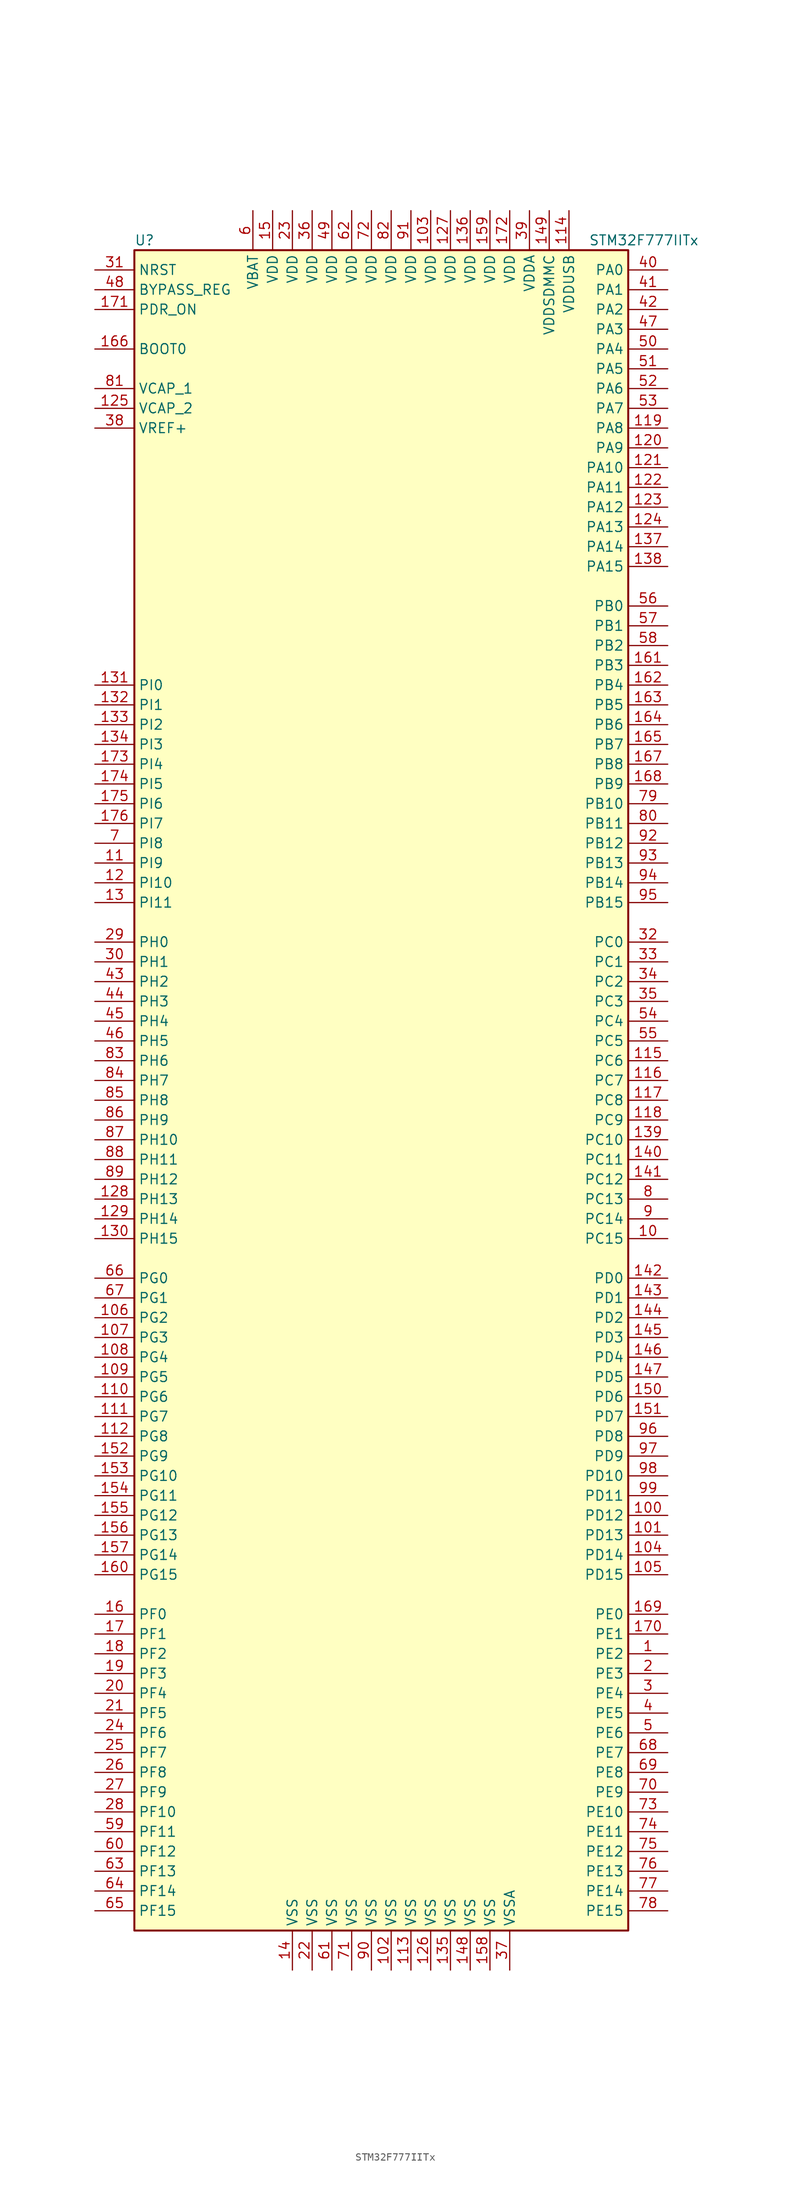
<source format=kicad_sym>
(kicad_symbol_lib
  (version 20220914)
  (generator kicad_symbol_editor)
  (symbol "STM32F777IITx"
    (property "Reference" "U"
      (at -33.02 107.95 0)
      (effects (font (size 1.27 1.27)) (justify left)))
    (property "Value" "STM32F777IITx"
      (at 25.4 107.95 0)
      (effects (font (size 1.27 1.27)) (justify left)))
    (symbol "STM32F777IITx_0_1"
      (rectangle (start -33.02 -109.22) (end 30.48 106.68) (stroke (width 0.254) (type default)) (fill (type background))))
    (symbol "STM32F777IITx_1_1"
      (pin bidirectional line (at 35.56 -73.66 180) (length 5.08) (name "PE2" (effects (font (size 1.27 1.27)))) (number "1" (effects (font (size 1.27 1.27)))))
      (pin bidirectional line (at 35.56 -20.32 180) (length 5.08) (name "PC15" (effects (font (size 1.27 1.27)))) (number "10" (effects (font (size 1.27 1.27)))))
      (pin bidirectional line (at 35.56 -55.88 180) (length 5.08) (name "PD12" (effects (font (size 1.27 1.27)))) (number "100" (effects (font (size 1.27 1.27)))))
      (pin bidirectional line (at 35.56 -58.42 180) (length 5.08) (name "PD13" (effects (font (size 1.27 1.27)))) (number "101" (effects (font (size 1.27 1.27)))))
      (pin power_in line (at 0 -114.3 90) (length 5.08) (name "VSS" (effects (font (size 1.27 1.27)))) (number "102" (effects (font (size 1.27 1.27)))))
      (pin power_in line (at 5.08 111.76 270) (length 5.08) (name "VDD" (effects (font (size 1.27 1.27)))) (number "103" (effects (font (size 1.27 1.27)))))
      (pin bidirectional line (at 35.56 -60.96 180) (length 5.08) (name "PD14" (effects (font (size 1.27 1.27)))) (number "104" (effects (font (size 1.27 1.27)))))
      (pin bidirectional line (at 35.56 -63.5 180) (length 5.08) (name "PD15" (effects (font (size 1.27 1.27)))) (number "105" (effects (font (size 1.27 1.27)))))
      (pin bidirectional line (at -38.1 -30.48 0) (length 5.08) (name "PG2" (effects (font (size 1.27 1.27)))) (number "106" (effects (font (size 1.27 1.27)))))
      (pin bidirectional line (at -38.1 -33.02 0) (length 5.08) (name "PG3" (effects (font (size 1.27 1.27)))) (number "107" (effects (font (size 1.27 1.27)))))
      (pin bidirectional line (at -38.1 -35.56 0) (length 5.08) (name "PG4" (effects (font (size 1.27 1.27)))) (number "108" (effects (font (size 1.27 1.27)))))
      (pin bidirectional line (at -38.1 -38.1 0) (length 5.08) (name "PG5" (effects (font (size 1.27 1.27)))) (number "109" (effects (font (size 1.27 1.27)))))
      (pin bidirectional line (at -38.1 27.94 0) (length 5.08) (name "PI9" (effects (font (size 1.27 1.27)))) (number "11" (effects (font (size 1.27 1.27)))))
      (pin bidirectional line (at -38.1 -40.64 0) (length 5.08) (name "PG6" (effects (font (size 1.27 1.27)))) (number "110" (effects (font (size 1.27 1.27)))))
      (pin bidirectional line (at -38.1 -43.18 0) (length 5.08) (name "PG7" (effects (font (size 1.27 1.27)))) (number "111" (effects (font (size 1.27 1.27)))))
      (pin bidirectional line (at -38.1 -45.72 0) (length 5.08) (name "PG8" (effects (font (size 1.27 1.27)))) (number "112" (effects (font (size 1.27 1.27)))))
      (pin power_in line (at 2.54 -114.3 90) (length 5.08) (name "VSS" (effects (font (size 1.27 1.27)))) (number "113" (effects (font (size 1.27 1.27)))))
      (pin power_in line (at 22.86 111.76 270) (length 5.08) (name "VDDUSB" (effects (font (size 1.27 1.27)))) (number "114" (effects (font (size 1.27 1.27)))))
      (pin bidirectional line (at 35.56 2.54 180) (length 5.08) (name "PC6" (effects (font (size 1.27 1.27)))) (number "115" (effects (font (size 1.27 1.27)))))
      (pin bidirectional line (at 35.56 0 180) (length 5.08) (name "PC7" (effects (font (size 1.27 1.27)))) (number "116" (effects (font (size 1.27 1.27)))))
      (pin bidirectional line (at 35.56 -2.54 180) (length 5.08) (name "PC8" (effects (font (size 1.27 1.27)))) (number "117" (effects (font (size 1.27 1.27)))))
      (pin bidirectional line (at 35.56 -5.08 180) (length 5.08) (name "PC9" (effects (font (size 1.27 1.27)))) (number "118" (effects (font (size 1.27 1.27)))))
      (pin bidirectional line (at 35.56 83.82 180) (length 5.08) (name "PA8" (effects (font (size 1.27 1.27)))) (number "119" (effects (font (size 1.27 1.27)))))
      (pin bidirectional line (at -38.1 25.4 0) (length 5.08) (name "PI10" (effects (font (size 1.27 1.27)))) (number "12" (effects (font (size 1.27 1.27)))))
      (pin bidirectional line (at 35.56 81.28 180) (length 5.08) (name "PA9" (effects (font (size 1.27 1.27)))) (number "120" (effects (font (size 1.27 1.27)))))
      (pin bidirectional line (at 35.56 78.74 180) (length 5.08) (name "PA10" (effects (font (size 1.27 1.27)))) (number "121" (effects (font (size 1.27 1.27)))))
      (pin bidirectional line (at 35.56 76.2 180) (length 5.08) (name "PA11" (effects (font (size 1.27 1.27)))) (number "122" (effects (font (size 1.27 1.27)))))
      (pin bidirectional line (at 35.56 73.66 180) (length 5.08) (name "PA12" (effects (font (size 1.27 1.27)))) (number "123" (effects (font (size 1.27 1.27)))))
      (pin bidirectional line (at 35.56 71.12 180) (length 5.08) (name "PA13" (effects (font (size 1.27 1.27)))) (number "124" (effects (font (size 1.27 1.27)))))
      (pin power_in line (at -38.1 86.36 0) (length 5.08) (name "VCAP_2" (effects (font (size 1.27 1.27)))) (number "125" (effects (font (size 1.27 1.27)))))
      (pin power_in line (at 5.08 -114.3 90) (length 5.08) (name "VSS" (effects (font (size 1.27 1.27)))) (number "126" (effects (font (size 1.27 1.27)))))
      (pin power_in line (at 7.62 111.76 270) (length 5.08) (name "VDD" (effects (font (size 1.27 1.27)))) (number "127" (effects (font (size 1.27 1.27)))))
      (pin bidirectional line (at -38.1 -15.24 0) (length 5.08) (name "PH13" (effects (font (size 1.27 1.27)))) (number "128" (effects (font (size 1.27 1.27)))))
      (pin bidirectional line (at -38.1 -17.78 0) (length 5.08) (name "PH14" (effects (font (size 1.27 1.27)))) (number "129" (effects (font (size 1.27 1.27)))))
      (pin bidirectional line (at -38.1 22.86 0) (length 5.08) (name "PI11" (effects (font (size 1.27 1.27)))) (number "13" (effects (font (size 1.27 1.27)))))
      (pin bidirectional line (at -38.1 -20.32 0) (length 5.08) (name "PH15" (effects (font (size 1.27 1.27)))) (number "130" (effects (font (size 1.27 1.27)))))
      (pin bidirectional line (at -38.1 50.8 0) (length 5.08) (name "PI0" (effects (font (size 1.27 1.27)))) (number "131" (effects (font (size 1.27 1.27)))))
      (pin bidirectional line (at -38.1 48.26 0) (length 5.08) (name "PI1" (effects (font (size 1.27 1.27)))) (number "132" (effects (font (size 1.27 1.27)))))
      (pin bidirectional line (at -38.1 45.72 0) (length 5.08) (name "PI2" (effects (font (size 1.27 1.27)))) (number "133" (effects (font (size 1.27 1.27)))))
      (pin bidirectional line (at -38.1 43.18 0) (length 5.08) (name "PI3" (effects (font (size 1.27 1.27)))) (number "134" (effects (font (size 1.27 1.27)))))
      (pin power_in line (at 7.62 -114.3 90) (length 5.08) (name "VSS" (effects (font (size 1.27 1.27)))) (number "135" (effects (font (size 1.27 1.27)))))
      (pin power_in line (at 10.16 111.76 270) (length 5.08) (name "VDD" (effects (font (size 1.27 1.27)))) (number "136" (effects (font (size 1.27 1.27)))))
      (pin bidirectional line (at 35.56 68.58 180) (length 5.08) (name "PA14" (effects (font (size 1.27 1.27)))) (number "137" (effects (font (size 1.27 1.27)))))
      (pin bidirectional line (at 35.56 66.04 180) (length 5.08) (name "PA15" (effects (font (size 1.27 1.27)))) (number "138" (effects (font (size 1.27 1.27)))))
      (pin bidirectional line (at 35.56 -7.62 180) (length 5.08) (name "PC10" (effects (font (size 1.27 1.27)))) (number "139" (effects (font (size 1.27 1.27)))))
      (pin power_in line (at -12.7 -114.3 90) (length 5.08) (name "VSS" (effects (font (size 1.27 1.27)))) (number "14" (effects (font (size 1.27 1.27)))))
      (pin bidirectional line (at 35.56 -10.16 180) (length 5.08) (name "PC11" (effects (font (size 1.27 1.27)))) (number "140" (effects (font (size 1.27 1.27)))))
      (pin bidirectional line (at 35.56 -12.7 180) (length 5.08) (name "PC12" (effects (font (size 1.27 1.27)))) (number "141" (effects (font (size 1.27 1.27)))))
      (pin bidirectional line (at 35.56 -25.4 180) (length 5.08) (name "PD0" (effects (font (size 1.27 1.27)))) (number "142" (effects (font (size 1.27 1.27)))))
      (pin bidirectional line (at 35.56 -27.94 180) (length 5.08) (name "PD1" (effects (font (size 1.27 1.27)))) (number "143" (effects (font (size 1.27 1.27)))))
      (pin bidirectional line (at 35.56 -30.48 180) (length 5.08) (name "PD2" (effects (font (size 1.27 1.27)))) (number "144" (effects (font (size 1.27 1.27)))))
      (pin bidirectional line (at 35.56 -33.02 180) (length 5.08) (name "PD3" (effects (font (size 1.27 1.27)))) (number "145" (effects (font (size 1.27 1.27)))))
      (pin bidirectional line (at 35.56 -35.56 180) (length 5.08) (name "PD4" (effects (font (size 1.27 1.27)))) (number "146" (effects (font (size 1.27 1.27)))))
      (pin bidirectional line (at 35.56 -38.1 180) (length 5.08) (name "PD5" (effects (font (size 1.27 1.27)))) (number "147" (effects (font (size 1.27 1.27)))))
      (pin power_in line (at 10.16 -114.3 90) (length 5.08) (name "VSS" (effects (font (size 1.27 1.27)))) (number "148" (effects (font (size 1.27 1.27)))))
      (pin power_in line (at 20.32 111.76 270) (length 5.08) (name "VDDSDMMC" (effects (font (size 1.27 1.27)))) (number "149" (effects (font (size 1.27 1.27)))))
      (pin power_in line (at -15.24 111.76 270) (length 5.08) (name "VDD" (effects (font (size 1.27 1.27)))) (number "15" (effects (font (size 1.27 1.27)))))
      (pin bidirectional line (at 35.56 -40.64 180) (length 5.08) (name "PD6" (effects (font (size 1.27 1.27)))) (number "150" (effects (font (size 1.27 1.27)))))
      (pin bidirectional line (at 35.56 -43.18 180) (length 5.08) (name "PD7" (effects (font (size 1.27 1.27)))) (number "151" (effects (font (size 1.27 1.27)))))
      (pin bidirectional line (at -38.1 -48.26 0) (length 5.08) (name "PG9" (effects (font (size 1.27 1.27)))) (number "152" (effects (font (size 1.27 1.27)))))
      (pin bidirectional line (at -38.1 -50.8 0) (length 5.08) (name "PG10" (effects (font (size 1.27 1.27)))) (number "153" (effects (font (size 1.27 1.27)))))
      (pin bidirectional line (at -38.1 -53.34 0) (length 5.08) (name "PG11" (effects (font (size 1.27 1.27)))) (number "154" (effects (font (size 1.27 1.27)))))
      (pin bidirectional line (at -38.1 -55.88 0) (length 5.08) (name "PG12" (effects (font (size 1.27 1.27)))) (number "155" (effects (font (size 1.27 1.27)))))
      (pin bidirectional line (at -38.1 -58.42 0) (length 5.08) (name "PG13" (effects (font (size 1.27 1.27)))) (number "156" (effects (font (size 1.27 1.27)))))
      (pin bidirectional line (at -38.1 -60.96 0) (length 5.08) (name "PG14" (effects (font (size 1.27 1.27)))) (number "157" (effects (font (size 1.27 1.27)))))
      (pin power_in line (at 12.7 -114.3 90) (length 5.08) (name "VSS" (effects (font (size 1.27 1.27)))) (number "158" (effects (font (size 1.27 1.27)))))
      (pin power_in line (at 12.7 111.76 270) (length 5.08) (name "VDD" (effects (font (size 1.27 1.27)))) (number "159" (effects (font (size 1.27 1.27)))))
      (pin bidirectional line (at -38.1 -68.58 0) (length 5.08) (name "PF0" (effects (font (size 1.27 1.27)))) (number "16" (effects (font (size 1.27 1.27)))))
      (pin bidirectional line (at -38.1 -63.5 0) (length 5.08) (name "PG15" (effects (font (size 1.27 1.27)))) (number "160" (effects (font (size 1.27 1.27)))))
      (pin bidirectional line (at 35.56 53.34 180) (length 5.08) (name "PB3" (effects (font (size 1.27 1.27)))) (number "161" (effects (font (size 1.27 1.27)))))
      (pin bidirectional line (at 35.56 50.8 180) (length 5.08) (name "PB4" (effects (font (size 1.27 1.27)))) (number "162" (effects (font (size 1.27 1.27)))))
      (pin bidirectional line (at 35.56 48.26 180) (length 5.08) (name "PB5" (effects (font (size 1.27 1.27)))) (number "163" (effects (font (size 1.27 1.27)))))
      (pin bidirectional line (at 35.56 45.72 180) (length 5.08) (name "PB6" (effects (font (size 1.27 1.27)))) (number "164" (effects (font (size 1.27 1.27)))))
      (pin bidirectional line (at 35.56 43.18 180) (length 5.08) (name "PB7" (effects (font (size 1.27 1.27)))) (number "165" (effects (font (size 1.27 1.27)))))
      (pin input line (at -38.1 93.98 0) (length 5.08) (name "BOOT0" (effects (font (size 1.27 1.27)))) (number "166" (effects (font (size 1.27 1.27)))))
      (pin bidirectional line (at 35.56 40.64 180) (length 5.08) (name "PB8" (effects (font (size 1.27 1.27)))) (number "167" (effects (font (size 1.27 1.27)))))
      (pin bidirectional line (at 35.56 38.1 180) (length 5.08) (name "PB9" (effects (font (size 1.27 1.27)))) (number "168" (effects (font (size 1.27 1.27)))))
      (pin bidirectional line (at 35.56 -68.58 180) (length 5.08) (name "PE0" (effects (font (size 1.27 1.27)))) (number "169" (effects (font (size 1.27 1.27)))))
      (pin bidirectional line (at -38.1 -71.12 0) (length 5.08) (name "PF1" (effects (font (size 1.27 1.27)))) (number "17" (effects (font (size 1.27 1.27)))))
      (pin bidirectional line (at 35.56 -71.12 180) (length 5.08) (name "PE1" (effects (font (size 1.27 1.27)))) (number "170" (effects (font (size 1.27 1.27)))))
      (pin input line (at -38.1 99.06 0) (length 5.08) (name "PDR_ON" (effects (font (size 1.27 1.27)))) (number "171" (effects (font (size 1.27 1.27)))))
      (pin power_in line (at 15.24 111.76 270) (length 5.08) (name "VDD" (effects (font (size 1.27 1.27)))) (number "172" (effects (font (size 1.27 1.27)))))
      (pin bidirectional line (at -38.1 40.64 0) (length 5.08) (name "PI4" (effects (font (size 1.27 1.27)))) (number "173" (effects (font (size 1.27 1.27)))))
      (pin bidirectional line (at -38.1 38.1 0) (length 5.08) (name "PI5" (effects (font (size 1.27 1.27)))) (number "174" (effects (font (size 1.27 1.27)))))
      (pin bidirectional line (at -38.1 35.56 0) (length 5.08) (name "PI6" (effects (font (size 1.27 1.27)))) (number "175" (effects (font (size 1.27 1.27)))))
      (pin bidirectional line (at -38.1 33.02 0) (length 5.08) (name "PI7" (effects (font (size 1.27 1.27)))) (number "176" (effects (font (size 1.27 1.27)))))
      (pin bidirectional line (at -38.1 -73.66 0) (length 5.08) (name "PF2" (effects (font (size 1.27 1.27)))) (number "18" (effects (font (size 1.27 1.27)))))
      (pin bidirectional line (at -38.1 -76.2 0) (length 5.08) (name "PF3" (effects (font (size 1.27 1.27)))) (number "19" (effects (font (size 1.27 1.27)))))
      (pin bidirectional line (at 35.56 -76.2 180) (length 5.08) (name "PE3" (effects (font (size 1.27 1.27)))) (number "2" (effects (font (size 1.27 1.27)))))
      (pin bidirectional line (at -38.1 -78.74 0) (length 5.08) (name "PF4" (effects (font (size 1.27 1.27)))) (number "20" (effects (font (size 1.27 1.27)))))
      (pin bidirectional line (at -38.1 -81.28 0) (length 5.08) (name "PF5" (effects (font (size 1.27 1.27)))) (number "21" (effects (font (size 1.27 1.27)))))
      (pin power_in line (at -10.16 -114.3 90) (length 5.08) (name "VSS" (effects (font (size 1.27 1.27)))) (number "22" (effects (font (size 1.27 1.27)))))
      (pin power_in line (at -12.7 111.76 270) (length 5.08) (name "VDD" (effects (font (size 1.27 1.27)))) (number "23" (effects (font (size 1.27 1.27)))))
      (pin bidirectional line (at -38.1 -83.82 0) (length 5.08) (name "PF6" (effects (font (size 1.27 1.27)))) (number "24" (effects (font (size 1.27 1.27)))))
      (pin bidirectional line (at -38.1 -86.36 0) (length 5.08) (name "PF7" (effects (font (size 1.27 1.27)))) (number "25" (effects (font (size 1.27 1.27)))))
      (pin bidirectional line (at -38.1 -88.9 0) (length 5.08) (name "PF8" (effects (font (size 1.27 1.27)))) (number "26" (effects (font (size 1.27 1.27)))))
      (pin bidirectional line (at -38.1 -91.44 0) (length 5.08) (name "PF9" (effects (font (size 1.27 1.27)))) (number "27" (effects (font (size 1.27 1.27)))))
      (pin bidirectional line (at -38.1 -93.98 0) (length 5.08) (name "PF10" (effects (font (size 1.27 1.27)))) (number "28" (effects (font (size 1.27 1.27)))))
      (pin input line (at -38.1 17.78 0) (length 5.08) (name "PH0" (effects (font (size 1.27 1.27)))) (number "29" (effects (font (size 1.27 1.27)))))
      (pin bidirectional line (at 35.56 -78.74 180) (length 5.08) (name "PE4" (effects (font (size 1.27 1.27)))) (number "3" (effects (font (size 1.27 1.27)))))
      (pin input line (at -38.1 15.24 0) (length 5.08) (name "PH1" (effects (font (size 1.27 1.27)))) (number "30" (effects (font (size 1.27 1.27)))))
      (pin input line (at -38.1 104.14 0) (length 5.08) (name "NRST" (effects (font (size 1.27 1.27)))) (number "31" (effects (font (size 1.27 1.27)))))
      (pin bidirectional line (at 35.56 17.78 180) (length 5.08) (name "PC0" (effects (font (size 1.27 1.27)))) (number "32" (effects (font (size 1.27 1.27)))))
      (pin bidirectional line (at 35.56 15.24 180) (length 5.08) (name "PC1" (effects (font (size 1.27 1.27)))) (number "33" (effects (font (size 1.27 1.27)))))
      (pin bidirectional line (at 35.56 12.7 180) (length 5.08) (name "PC2" (effects (font (size 1.27 1.27)))) (number "34" (effects (font (size 1.27 1.27)))))
      (pin bidirectional line (at 35.56 10.16 180) (length 5.08) (name "PC3" (effects (font (size 1.27 1.27)))) (number "35" (effects (font (size 1.27 1.27)))))
      (pin power_in line (at -10.16 111.76 270) (length 5.08) (name "VDD" (effects (font (size 1.27 1.27)))) (number "36" (effects (font (size 1.27 1.27)))))
      (pin power_in line (at 15.24 -114.3 90) (length 5.08) (name "VSSA" (effects (font (size 1.27 1.27)))) (number "37" (effects (font (size 1.27 1.27)))))
      (pin power_in line (at -38.1 83.82 0) (length 5.08) (name "VREF+" (effects (font (size 1.27 1.27)))) (number "38" (effects (font (size 1.27 1.27)))))
      (pin power_in line (at 17.78 111.76 270) (length 5.08) (name "VDDA" (effects (font (size 1.27 1.27)))) (number "39" (effects (font (size 1.27 1.27)))))
      (pin bidirectional line (at 35.56 -81.28 180) (length 5.08) (name "PE5" (effects (font (size 1.27 1.27)))) (number "4" (effects (font (size 1.27 1.27)))))
      (pin bidirectional line (at 35.56 104.14 180) (length 5.08) (name "PA0" (effects (font (size 1.27 1.27)))) (number "40" (effects (font (size 1.27 1.27)))))
      (pin bidirectional line (at 35.56 101.6 180) (length 5.08) (name "PA1" (effects (font (size 1.27 1.27)))) (number "41" (effects (font (size 1.27 1.27)))))
      (pin bidirectional line (at 35.56 99.06 180) (length 5.08) (name "PA2" (effects (font (size 1.27 1.27)))) (number "42" (effects (font (size 1.27 1.27)))))
      (pin bidirectional line (at -38.1 12.7 0) (length 5.08) (name "PH2" (effects (font (size 1.27 1.27)))) (number "43" (effects (font (size 1.27 1.27)))))
      (pin bidirectional line (at -38.1 10.16 0) (length 5.08) (name "PH3" (effects (font (size 1.27 1.27)))) (number "44" (effects (font (size 1.27 1.27)))))
      (pin bidirectional line (at -38.1 7.62 0) (length 5.08) (name "PH4" (effects (font (size 1.27 1.27)))) (number "45" (effects (font (size 1.27 1.27)))))
      (pin bidirectional line (at -38.1 5.08 0) (length 5.08) (name "PH5" (effects (font (size 1.27 1.27)))) (number "46" (effects (font (size 1.27 1.27)))))
      (pin bidirectional line (at 35.56 96.52 180) (length 5.08) (name "PA3" (effects (font (size 1.27 1.27)))) (number "47" (effects (font (size 1.27 1.27)))))
      (pin input line (at -38.1 101.6 0) (length 5.08) (name "BYPASS_REG" (effects (font (size 1.27 1.27)))) (number "48" (effects (font (size 1.27 1.27)))))
      (pin power_in line (at -7.62 111.76 270) (length 5.08) (name "VDD" (effects (font (size 1.27 1.27)))) (number "49" (effects (font (size 1.27 1.27)))))
      (pin bidirectional line (at 35.56 -83.82 180) (length 5.08) (name "PE6" (effects (font (size 1.27 1.27)))) (number "5" (effects (font (size 1.27 1.27)))))
      (pin bidirectional line (at 35.56 93.98 180) (length 5.08) (name "PA4" (effects (font (size 1.27 1.27)))) (number "50" (effects (font (size 1.27 1.27)))))
      (pin bidirectional line (at 35.56 91.44 180) (length 5.08) (name "PA5" (effects (font (size 1.27 1.27)))) (number "51" (effects (font (size 1.27 1.27)))))
      (pin bidirectional line (at 35.56 88.9 180) (length 5.08) (name "PA6" (effects (font (size 1.27 1.27)))) (number "52" (effects (font (size 1.27 1.27)))))
      (pin bidirectional line (at 35.56 86.36 180) (length 5.08) (name "PA7" (effects (font (size 1.27 1.27)))) (number "53" (effects (font (size 1.27 1.27)))))
      (pin bidirectional line (at 35.56 7.62 180) (length 5.08) (name "PC4" (effects (font (size 1.27 1.27)))) (number "54" (effects (font (size 1.27 1.27)))))
      (pin bidirectional line (at 35.56 5.08 180) (length 5.08) (name "PC5" (effects (font (size 1.27 1.27)))) (number "55" (effects (font (size 1.27 1.27)))))
      (pin bidirectional line (at 35.56 60.96 180) (length 5.08) (name "PB0" (effects (font (size 1.27 1.27)))) (number "56" (effects (font (size 1.27 1.27)))))
      (pin bidirectional line (at 35.56 58.42 180) (length 5.08) (name "PB1" (effects (font (size 1.27 1.27)))) (number "57" (effects (font (size 1.27 1.27)))))
      (pin bidirectional line (at 35.56 55.88 180) (length 5.08) (name "PB2" (effects (font (size 1.27 1.27)))) (number "58" (effects (font (size 1.27 1.27)))))
      (pin bidirectional line (at -38.1 -96.52 0) (length 5.08) (name "PF11" (effects (font (size 1.27 1.27)))) (number "59" (effects (font (size 1.27 1.27)))))
      (pin power_in line (at -17.78 111.76 270) (length 5.08) (name "VBAT" (effects (font (size 1.27 1.27)))) (number "6" (effects (font (size 1.27 1.27)))))
      (pin bidirectional line (at -38.1 -99.06 0) (length 5.08) (name "PF12" (effects (font (size 1.27 1.27)))) (number "60" (effects (font (size 1.27 1.27)))))
      (pin power_in line (at -7.62 -114.3 90) (length 5.08) (name "VSS" (effects (font (size 1.27 1.27)))) (number "61" (effects (font (size 1.27 1.27)))))
      (pin power_in line (at -5.08 111.76 270) (length 5.08) (name "VDD" (effects (font (size 1.27 1.27)))) (number "62" (effects (font (size 1.27 1.27)))))
      (pin bidirectional line (at -38.1 -101.6 0) (length 5.08) (name "PF13" (effects (font (size 1.27 1.27)))) (number "63" (effects (font (size 1.27 1.27)))))
      (pin bidirectional line (at -38.1 -104.14 0) (length 5.08) (name "PF14" (effects (font (size 1.27 1.27)))) (number "64" (effects (font (size 1.27 1.27)))))
      (pin bidirectional line (at -38.1 -106.68 0) (length 5.08) (name "PF15" (effects (font (size 1.27 1.27)))) (number "65" (effects (font (size 1.27 1.27)))))
      (pin bidirectional line (at -38.1 -25.4 0) (length 5.08) (name "PG0" (effects (font (size 1.27 1.27)))) (number "66" (effects (font (size 1.27 1.27)))))
      (pin bidirectional line (at -38.1 -27.94 0) (length 5.08) (name "PG1" (effects (font (size 1.27 1.27)))) (number "67" (effects (font (size 1.27 1.27)))))
      (pin bidirectional line (at 35.56 -86.36 180) (length 5.08) (name "PE7" (effects (font (size 1.27 1.27)))) (number "68" (effects (font (size 1.27 1.27)))))
      (pin bidirectional line (at 35.56 -88.9 180) (length 5.08) (name "PE8" (effects (font (size 1.27 1.27)))) (number "69" (effects (font (size 1.27 1.27)))))
      (pin bidirectional line (at -38.1 30.48 0) (length 5.08) (name "PI8" (effects (font (size 1.27 1.27)))) (number "7" (effects (font (size 1.27 1.27)))))
      (pin bidirectional line (at 35.56 -91.44 180) (length 5.08) (name "PE9" (effects (font (size 1.27 1.27)))) (number "70" (effects (font (size 1.27 1.27)))))
      (pin power_in line (at -5.08 -114.3 90) (length 5.08) (name "VSS" (effects (font (size 1.27 1.27)))) (number "71" (effects (font (size 1.27 1.27)))))
      (pin power_in line (at -2.54 111.76 270) (length 5.08) (name "VDD" (effects (font (size 1.27 1.27)))) (number "72" (effects (font (size 1.27 1.27)))))
      (pin bidirectional line (at 35.56 -93.98 180) (length 5.08) (name "PE10" (effects (font (size 1.27 1.27)))) (number "73" (effects (font (size 1.27 1.27)))))
      (pin bidirectional line (at 35.56 -96.52 180) (length 5.08) (name "PE11" (effects (font (size 1.27 1.27)))) (number "74" (effects (font (size 1.27 1.27)))))
      (pin bidirectional line (at 35.56 -99.06 180) (length 5.08) (name "PE12" (effects (font (size 1.27 1.27)))) (number "75" (effects (font (size 1.27 1.27)))))
      (pin bidirectional line (at 35.56 -101.6 180) (length 5.08) (name "PE13" (effects (font (size 1.27 1.27)))) (number "76" (effects (font (size 1.27 1.27)))))
      (pin bidirectional line (at 35.56 -104.14 180) (length 5.08) (name "PE14" (effects (font (size 1.27 1.27)))) (number "77" (effects (font (size 1.27 1.27)))))
      (pin bidirectional line (at 35.56 -106.68 180) (length 5.08) (name "PE15" (effects (font (size 1.27 1.27)))) (number "78" (effects (font (size 1.27 1.27)))))
      (pin bidirectional line (at 35.56 35.56 180) (length 5.08) (name "PB10" (effects (font (size 1.27 1.27)))) (number "79" (effects (font (size 1.27 1.27)))))
      (pin bidirectional line (at 35.56 -15.24 180) (length 5.08) (name "PC13" (effects (font (size 1.27 1.27)))) (number "8" (effects (font (size 1.27 1.27)))))
      (pin bidirectional line (at 35.56 33.02 180) (length 5.08) (name "PB11" (effects (font (size 1.27 1.27)))) (number "80" (effects (font (size 1.27 1.27)))))
      (pin power_in line (at -38.1 88.9 0) (length 5.08) (name "VCAP_1" (effects (font (size 1.27 1.27)))) (number "81" (effects (font (size 1.27 1.27)))))
      (pin power_in line (at 0 111.76 270) (length 5.08) (name "VDD" (effects (font (size 1.27 1.27)))) (number "82" (effects (font (size 1.27 1.27)))))
      (pin bidirectional line (at -38.1 2.54 0) (length 5.08) (name "PH6" (effects (font (size 1.27 1.27)))) (number "83" (effects (font (size 1.27 1.27)))))
      (pin bidirectional line (at -38.1 0 0) (length 5.08) (name "PH7" (effects (font (size 1.27 1.27)))) (number "84" (effects (font (size 1.27 1.27)))))
      (pin bidirectional line (at -38.1 -2.54 0) (length 5.08) (name "PH8" (effects (font (size 1.27 1.27)))) (number "85" (effects (font (size 1.27 1.27)))))
      (pin bidirectional line (at -38.1 -5.08 0) (length 5.08) (name "PH9" (effects (font (size 1.27 1.27)))) (number "86" (effects (font (size 1.27 1.27)))))
      (pin bidirectional line (at -38.1 -7.62 0) (length 5.08) (name "PH10" (effects (font (size 1.27 1.27)))) (number "87" (effects (font (size 1.27 1.27)))))
      (pin bidirectional line (at -38.1 -10.16 0) (length 5.08) (name "PH11" (effects (font (size 1.27 1.27)))) (number "88" (effects (font (size 1.27 1.27)))))
      (pin bidirectional line (at -38.1 -12.7 0) (length 5.08) (name "PH12" (effects (font (size 1.27 1.27)))) (number "89" (effects (font (size 1.27 1.27)))))
      (pin bidirectional line (at 35.56 -17.78 180) (length 5.08) (name "PC14" (effects (font (size 1.27 1.27)))) (number "9" (effects (font (size 1.27 1.27)))))
      (pin power_in line (at -2.54 -114.3 90) (length 5.08) (name "VSS" (effects (font (size 1.27 1.27)))) (number "90" (effects (font (size 1.27 1.27)))))
      (pin power_in line (at 2.54 111.76 270) (length 5.08) (name "VDD" (effects (font (size 1.27 1.27)))) (number "91" (effects (font (size 1.27 1.27)))))
      (pin bidirectional line (at 35.56 30.48 180) (length 5.08) (name "PB12" (effects (font (size 1.27 1.27)))) (number "92" (effects (font (size 1.27 1.27)))))
      (pin bidirectional line (at 35.56 27.94 180) (length 5.08) (name "PB13" (effects (font (size 1.27 1.27)))) (number "93" (effects (font (size 1.27 1.27)))))
      (pin bidirectional line (at 35.56 25.4 180) (length 5.08) (name "PB14" (effects (font (size 1.27 1.27)))) (number "94" (effects (font (size 1.27 1.27)))))
      (pin bidirectional line (at 35.56 22.86 180) (length 5.08) (name "PB15" (effects (font (size 1.27 1.27)))) (number "95" (effects (font (size 1.27 1.27)))))
      (pin bidirectional line (at 35.56 -45.72 180) (length 5.08) (name "PD8" (effects (font (size 1.27 1.27)))) (number "96" (effects (font (size 1.27 1.27)))))
      (pin bidirectional line (at 35.56 -48.26 180) (length 5.08) (name "PD9" (effects (font (size 1.27 1.27)))) (number "97" (effects (font (size 1.27 1.27)))))
      (pin bidirectional line (at 35.56 -50.8 180) (length 5.08) (name "PD10" (effects (font (size 1.27 1.27)))) (number "98" (effects (font (size 1.27 1.27)))))
      (pin bidirectional line (at 35.56 -53.34 180) (length 5.08) (name "PD11" (effects (font (size 1.27 1.27)))) (number "99" (effects (font (size 1.27 1.27))))))))
</source>
